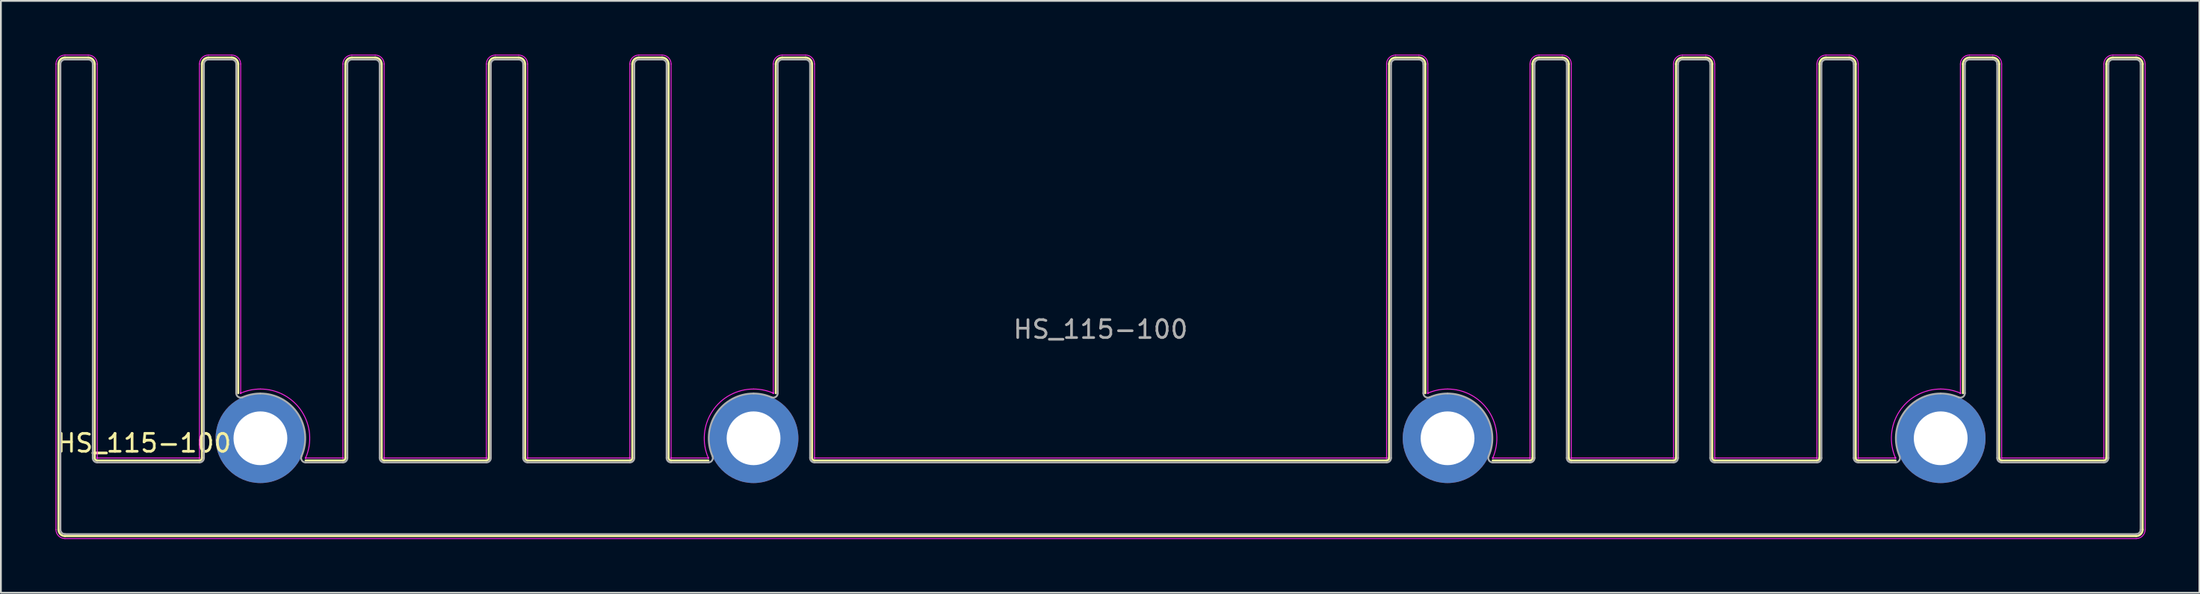
<source format=kicad_pcb>
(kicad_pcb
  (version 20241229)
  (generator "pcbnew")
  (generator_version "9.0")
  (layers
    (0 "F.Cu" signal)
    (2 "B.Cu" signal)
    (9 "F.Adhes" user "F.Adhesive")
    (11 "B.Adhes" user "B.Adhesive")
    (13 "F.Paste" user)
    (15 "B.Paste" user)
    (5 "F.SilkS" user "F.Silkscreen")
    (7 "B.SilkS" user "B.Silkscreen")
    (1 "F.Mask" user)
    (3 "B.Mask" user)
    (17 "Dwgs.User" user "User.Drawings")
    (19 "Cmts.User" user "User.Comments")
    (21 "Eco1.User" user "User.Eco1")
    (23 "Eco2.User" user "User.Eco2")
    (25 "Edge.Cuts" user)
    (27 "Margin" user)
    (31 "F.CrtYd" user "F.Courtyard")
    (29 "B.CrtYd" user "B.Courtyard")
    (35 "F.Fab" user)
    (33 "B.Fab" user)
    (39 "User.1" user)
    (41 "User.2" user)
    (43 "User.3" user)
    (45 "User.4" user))
  (footprint "HS_115-100"
    (layer "F.Cu")
    (at 58.322 26.775)
    (property "Reference" "HS_115-100" (at -53.34 -5.08 0) (layer "F.SilkS") (effects (font (size 1 1) (thickness 0.15))))
    (attr exclude_from_pos_files exclude_from_bom)
    (fp_line (start -58.11 -0.25) (end -58.11 -26.25) (stroke (width 0.12) (type solid)) (layer "F.SilkS"))
    (fp_line (start -57.75 -26.61) (end -56.45 -26.61) (stroke (width 0.12) (type solid)) (layer "F.SilkS"))
    (fp_line (start -56.09 -26.25) (end -56.09 -4.25) (stroke (width 0.12) (type solid)) (layer "F.SilkS"))
    (fp_line (start -55.95 -4.11) (end -50.25 -4.11) (stroke (width 0.12) (type solid)) (layer "F.SilkS"))
    (fp_line (start -50.11 -4.25) (end -50.11 -26.25) (stroke (width 0.12) (type solid)) (layer "F.SilkS"))
    (fp_line (start -49.75 -26.61) (end -48.45 -26.61) (stroke (width 0.12) (type solid)) (layer "F.SilkS"))
    (fp_line (start -48.09 -26.25) (end -48.09 -7.87) (stroke (width 0.12) (type solid)) (layer "F.SilkS"))
    (fp_line (start -44.33 -4.11) (end -42.25 -4.11) (stroke (width 0.12) (type solid)) (layer "F.SilkS"))
    (fp_line (start -42.11 -4.25) (end -42.11 -26.25) (stroke (width 0.12) (type solid)) (layer "F.SilkS"))
    (fp_line (start -41.75 -26.61) (end -40.45 -26.61) (stroke (width 0.12) (type solid)) (layer "F.SilkS"))
    (fp_line (start -40.09 -26.25) (end -40.09 -4.25) (stroke (width 0.12) (type solid)) (layer "F.SilkS"))
    (fp_line (start -39.95 -4.11) (end -34.25 -4.11) (stroke (width 0.12) (type solid)) (layer "F.SilkS"))
    (fp_line (start -34.11 -4.25) (end -34.11 -26.25) (stroke (width 0.12) (type solid)) (layer "F.SilkS"))
    (fp_line (start -33.75 -26.61) (end -32.45 -26.61) (stroke (width 0.12) (type solid)) (layer "F.SilkS"))
    (fp_line (start -32.09 -26.25) (end -32.09 -4.25) (stroke (width 0.12) (type solid)) (layer "F.SilkS"))
    (fp_line (start -31.95 -4.11) (end -26.25 -4.11) (stroke (width 0.12) (type solid)) (layer "F.SilkS"))
    (fp_line (start -26.11 -4.25) (end -26.11 -26.25) (stroke (width 0.12) (type solid)) (layer "F.SilkS"))
    (fp_line (start -25.75 -26.61) (end -24.45 -26.61) (stroke (width 0.12) (type solid)) (layer "F.SilkS"))
    (fp_line (start -24.09 -26.25) (end -24.09 -4.25) (stroke (width 0.12) (type solid)) (layer "F.SilkS"))
    (fp_line (start -23.95 -4.11) (end -21.87 -4.11) (stroke (width 0.12) (type solid)) (layer "F.SilkS"))
    (fp_line (start -18.11 -7.87) (end -18.11 -26.25) (stroke (width 0.12) (type solid)) (layer "F.SilkS"))
    (fp_line (start -17.75 -26.61) (end -16.45 -26.61) (stroke (width 0.12) (type solid)) (layer "F.SilkS"))
    (fp_line (start -16.09 -26.25) (end -16.09 -4.25) (stroke (width 0.12) (type solid)) (layer "F.SilkS"))
    (fp_line (start -15.95 -4.11) (end 15.95 -4.11) (stroke (width 0.12) (type solid)) (layer "F.SilkS"))
    (fp_line (start 16.09 -4.25) (end 16.09 -26.25) (stroke (width 0.12) (type solid)) (layer "F.SilkS"))
    (fp_line (start 16.45 -26.61) (end 17.75 -26.61) (stroke (width 0.12) (type solid)) (layer "F.SilkS"))
    (fp_line (start 18.11 -26.25) (end 18.11 -7.87) (stroke (width 0.12) (type solid)) (layer "F.SilkS"))
    (fp_line (start 21.87 -4.11) (end 23.95 -4.11) (stroke (width 0.12) (type solid)) (layer "F.SilkS"))
    (fp_line (start 24.09 -4.25) (end 24.09 -26.25) (stroke (width 0.12) (type solid)) (layer "F.SilkS"))
    (fp_line (start 24.45 -26.61) (end 25.75 -26.61) (stroke (width 0.12) (type solid)) (layer "F.SilkS"))
    (fp_line (start 26.11 -26.25) (end 26.11 -4.25) (stroke (width 0.12) (type solid)) (layer "F.SilkS"))
    (fp_line (start 26.25 -4.11) (end 31.95 -4.11) (stroke (width 0.12) (type solid)) (layer "F.SilkS"))
    (fp_line (start 32.09 -4.25) (end 32.09 -26.25) (stroke (width 0.12) (type solid)) (layer "F.SilkS"))
    (fp_line (start 32.45 -26.61) (end 33.75 -26.61) (stroke (width 0.12) (type solid)) (layer "F.SilkS"))
    (fp_line (start 34.11 -26.25) (end 34.11 -4.25) (stroke (width 0.12) (type solid)) (layer "F.SilkS"))
    (fp_line (start 34.25 -4.11) (end 39.95 -4.11) (stroke (width 0.12) (type solid)) (layer "F.SilkS"))
    (fp_line (start 40.09 -4.25) (end 40.09 -26.25) (stroke (width 0.12) (type solid)) (layer "F.SilkS"))
    (fp_line (start 40.45 -26.61) (end 41.75 -26.61) (stroke (width 0.12) (type solid)) (layer "F.SilkS"))
    (fp_line (start 42.11 -26.25) (end 42.11 -4.25) (stroke (width 0.12) (type solid)) (layer "F.SilkS"))
    (fp_line (start 42.25 -4.11) (end 44.33 -4.11) (stroke (width 0.12) (type solid)) (layer "F.SilkS"))
    (fp_line (start 48.09 -7.87) (end 48.09 -26.25) (stroke (width 0.12) (type solid)) (layer "F.SilkS"))
    (fp_line (start 48.45 -26.61) (end 49.75 -26.61) (stroke (width 0.12) (type solid)) (layer "F.SilkS"))
    (fp_line (start 50.11 -26.25) (end 50.11 -4.25) (stroke (width 0.12) (type solid)) (layer "F.SilkS"))
    (fp_line (start 50.25 -4.11) (end 55.95 -4.11) (stroke (width 0.12) (type solid)) (layer "F.SilkS"))
    (fp_line (start 56.09 -4.25) (end 56.09 -26.25) (stroke (width 0.12) (type solid)) (layer "F.SilkS"))
    (fp_line (start 56.45 -26.61) (end 57.75 -26.61) (stroke (width 0.12) (type solid)) (layer "F.SilkS"))
    (fp_line (start 57.75 0.11) (end -57.75 0.11) (stroke (width 0.12) (type solid)) (layer "F.SilkS"))
    (fp_line (start 58.11 -26.25) (end 58.11 -0.25) (stroke (width 0.12) (type solid)) (layer "F.SilkS"))
    (fp_arc (start -58.11 -26.25) (mid -58.004558 -26.504558) (end -57.75 -26.61) (stroke (width 0.12) (type solid)) (layer "F.SilkS"))
    (fp_arc (start -57.75 0.11) (mid -58.004558 0.004558) (end -58.11 -0.25) (stroke (width 0.12) (type solid)) (layer "F.SilkS"))
    (fp_arc (start -56.45 -26.61) (mid -56.195442 -26.504558) (end -56.09 -26.25) (stroke (width 0.12) (type solid)) (layer "F.SilkS"))
    (fp_arc (start -55.95 -4.11) (mid -56.048995 -4.151005) (end -56.09 -4.25) (stroke (width 0.12) (type solid)) (layer "F.SilkS"))
    (fp_arc (start -50.11 -26.25) (mid -50.004558 -26.504558) (end -49.75 -26.61) (stroke (width 0.12) (type solid)) (layer "F.SilkS"))
    (fp_arc (start -50.109999 -4.25) (mid -50.151004 -4.151004) (end -50.25 -4.109999) (stroke (width 0.12) (type solid)) (layer "F.SilkS"))
    (fp_arc (start -48.45 -26.61) (mid -48.195442 -26.504558) (end -48.09 -26.25) (stroke (width 0.12) (type solid)) (layer "F.SilkS"))
    (fp_arc (start -42.11 -26.25) (mid -42.004558 -26.504558) (end -41.75 -26.61) (stroke (width 0.12) (type solid)) (layer "F.SilkS"))
    (fp_arc (start -42.109999 -4.25) (mid -42.151004 -4.151004) (end -42.25 -4.109999) (stroke (width 0.12) (type solid)) (layer "F.SilkS"))
    (fp_arc (start -40.45 -26.61) (mid -40.195442 -26.504558) (end -40.09 -26.25) (stroke (width 0.12) (type solid)) (layer "F.SilkS"))
    (fp_arc (start -39.95 -4.11) (mid -40.048995 -4.151005) (end -40.09 -4.25) (stroke (width 0.12) (type solid)) (layer "F.SilkS"))
    (fp_arc (start -34.11 -26.25) (mid -34.004558 -26.504558) (end -33.75 -26.61) (stroke (width 0.12) (type solid)) (layer "F.SilkS"))
    (fp_arc (start -34.109999 -4.25) (mid -34.151004 -4.151004) (end -34.25 -4.109999) (stroke (width 0.12) (type solid)) (layer "F.SilkS"))
    (fp_arc (start -32.45 -26.61) (mid -32.195442 -26.504558) (end -32.09 -26.25) (stroke (width 0.12) (type solid)) (layer "F.SilkS"))
    (fp_arc (start -31.95 -4.11) (mid -32.048995 -4.151005) (end -32.09 -4.25) (stroke (width 0.12) (type solid)) (layer "F.SilkS"))
    (fp_arc (start -26.11 -26.25) (mid -26.004558 -26.504558) (end -25.75 -26.61) (stroke (width 0.12) (type solid)) (layer "F.SilkS"))
    (fp_arc (start -26.109999 -4.25) (mid -26.151004 -4.151004) (end -26.25 -4.109999) (stroke (width 0.12) (type solid)) (layer "F.SilkS"))
    (fp_arc (start -24.45 -26.610001) (mid -24.195441 -26.504559) (end -24.089999 -26.25) (stroke (width 0.12) (type solid)) (layer "F.SilkS"))
    (fp_arc (start -23.95 -4.110001) (mid -24.048994 -4.151006) (end -24.089999 -4.25) (stroke (width 0.12) (type solid)) (layer "F.SilkS"))
    (fp_arc (start -18.11 -26.25) (mid -18.004558 -26.504558) (end -17.75 -26.61) (stroke (width 0.12) (type solid)) (layer "F.SilkS"))
    (fp_arc (start -16.45 -26.610001) (mid -16.195441 -26.504559) (end -16.089999 -26.25) (stroke (width 0.12) (type solid)) (layer "F.SilkS"))
    (fp_arc (start -15.95 -4.11) (mid -16.048995 -4.151005) (end -16.09 -4.25) (stroke (width 0.12) (type solid)) (layer "F.SilkS"))
    (fp_arc (start 16.09 -26.249999) (mid 16.195441 -26.504558) (end 16.449999 -26.61) (stroke (width 0.12) (type solid)) (layer "F.SilkS"))
    (fp_arc (start 16.09 -4.249999) (mid 16.048994 -4.151004) (end 15.949999 -4.11) (stroke (width 0.12) (type solid)) (layer "F.SilkS"))
    (fp_arc (start 17.75 -26.61) (mid 18.004558 -26.504558) (end 18.11 -26.25) (stroke (width 0.12) (type solid)) (layer "F.SilkS"))
    (fp_arc (start 24.09 -26.25) (mid 24.195442 -26.504558) (end 24.45 -26.61) (stroke (width 0.12) (type solid)) (layer "F.SilkS"))
    (fp_arc (start 24.090001 -4.25) (mid 24.048996 -4.151004) (end 23.95 -4.109999) (stroke (width 0.12) (type solid)) (layer "F.SilkS"))
    (fp_arc (start 25.75 -26.61) (mid 26.004558 -26.504558) (end 26.11 -26.25) (stroke (width 0.12) (type solid)) (layer "F.SilkS"))
    (fp_arc (start 26.25 -4.11) (mid 26.151005 -4.151005) (end 26.11 -4.25) (stroke (width 0.12) (type solid)) (layer "F.SilkS"))
    (fp_arc (start 32.09 -26.25) (mid 32.195442 -26.504558) (end 32.45 -26.61) (stroke (width 0.12) (type solid)) (layer "F.SilkS"))
    (fp_arc (start 32.090001 -4.25) (mid 32.048996 -4.151004) (end 31.95 -4.109999) (stroke (width 0.12) (type solid)) (layer "F.SilkS"))
    (fp_arc (start 33.75 -26.61) (mid 34.004558 -26.504558) (end 34.11 -26.25) (stroke (width 0.12) (type solid)) (layer "F.SilkS"))
    (fp_arc (start 34.25 -4.109999) (mid 34.151004 -4.151004) (end 34.109999 -4.25) (stroke (width 0.12) (type solid)) (layer "F.SilkS"))
    (fp_arc (start 40.09 -26.25) (mid 40.195442 -26.504558) (end 40.45 -26.61) (stroke (width 0.12) (type solid)) (layer "F.SilkS"))
    (fp_arc (start 40.090001 -4.25) (mid 40.048996 -4.151004) (end 39.95 -4.109999) (stroke (width 0.12) (type solid)) (layer "F.SilkS"))
    (fp_arc (start 41.75 -26.61) (mid 42.004558 -26.504558) (end 42.11 -26.25) (stroke (width 0.12) (type solid)) (layer "F.SilkS"))
    (fp_arc (start 42.25 -4.109999) (mid 42.151004 -4.151004) (end 42.109999 -4.25) (stroke (width 0.12) (type solid)) (layer "F.SilkS"))
    (fp_arc (start 48.09 -26.249999) (mid 48.195441 -26.504558) (end 48.449999 -26.61) (stroke (width 0.12) (type solid)) (layer "F.SilkS"))
    (fp_arc (start 49.75 -26.61) (mid 50.004558 -26.504558) (end 50.11 -26.25) (stroke (width 0.12) (type solid)) (layer "F.SilkS"))
    (fp_arc (start 50.25 -4.109999) (mid 50.151004 -4.151004) (end 50.109999 -4.25) (stroke (width 0.12) (type solid)) (layer "F.SilkS"))
    (fp_arc (start 56.09 -26.249999) (mid 56.195441 -26.504558) (end 56.449999 -26.61) (stroke (width 0.12) (type solid)) (layer "F.SilkS"))
    (fp_arc (start 56.09 -4.249999) (mid 56.048994 -4.151004) (end 55.949999 -4.11) (stroke (width 0.12) (type solid)) (layer "F.SilkS"))
    (fp_arc (start 57.75 -26.61) (mid 58.004558 -26.504558) (end 58.11 -26.25) (stroke (width 0.12) (type solid)) (layer "F.SilkS"))
    (fp_arc (start 58.11 -0.25) (mid 58.004558 0.004558) (end 57.75 0.11) (stroke (width 0.12) (type solid)) (layer "F.SilkS"))
    (fp_line (start -58.25 -0.25) (end -58.25 -26.25) (stroke (width 0.05) (type solid)) (layer "F.CrtYd"))
    (fp_line (start -57.75 -26.75) (end -56.45 -26.75) (stroke (width 0.05) (type solid)) (layer "F.CrtYd"))
    (fp_line (start -55.95 -26.25) (end -55.95 -4.25) (stroke (width 0.05) (type solid)) (layer "F.CrtYd"))
    (fp_line (start -55.95 -4.25) (end -50.25 -4.25) (stroke (width 0.05) (type solid)) (layer "F.CrtYd"))
    (fp_line (start -50.25 -4.25) (end -50.25 -26.25) (stroke (width 0.05) (type solid)) (layer "F.CrtYd"))
    (fp_line (start -49.75 -26.75) (end -48.45 -26.75) (stroke (width 0.05) (type solid)) (layer "F.CrtYd"))
    (fp_line (start -47.95 -26.25) (end -47.95 -7.87) (stroke (width 0.05) (type solid)) (layer "F.CrtYd"))
    (fp_line (start -44.33 -4.25) (end -42.25 -4.25) (stroke (width 0.05) (type solid)) (layer "F.CrtYd"))
    (fp_line (start -42.25 -4.25) (end -42.25 -26.25) (stroke (width 0.05) (type solid)) (layer "F.CrtYd"))
    (fp_line (start -41.75 -26.75) (end -40.45 -26.75) (stroke (width 0.05) (type solid)) (layer "F.CrtYd"))
    (fp_line (start -39.95 -26.25) (end -39.95 -4.25) (stroke (width 0.05) (type solid)) (layer "F.CrtYd"))
    (fp_line (start -39.95 -4.25) (end -34.25 -4.25) (stroke (width 0.05) (type solid)) (layer "F.CrtYd"))
    (fp_line (start -34.25 -4.25) (end -34.25 -26.25) (stroke (width 0.05) (type solid)) (layer "F.CrtYd"))
    (fp_line (start -33.75 -26.75) (end -32.45 -26.75) (stroke (width 0.05) (type solid)) (layer "F.CrtYd"))
    (fp_line (start -31.95 -26.25) (end -31.95 -4.25) (stroke (width 0.05) (type solid)) (layer "F.CrtYd"))
    (fp_line (start -31.95 -4.25) (end -26.25 -4.25) (stroke (width 0.05) (type solid)) (layer "F.CrtYd"))
    (fp_line (start -26.25 -4.25) (end -26.25 -26.25) (stroke (width 0.05) (type solid)) (layer "F.CrtYd"))
    (fp_line (start -25.75 -26.75) (end -24.45 -26.75) (stroke (width 0.05) (type solid)) (layer "F.CrtYd"))
    (fp_line (start -23.95 -26.25) (end -23.95 -4.25) (stroke (width 0.05) (type solid)) (layer "F.CrtYd"))
    (fp_line (start -23.95 -4.25) (end -21.87 -4.25) (stroke (width 0.05) (type solid)) (layer "F.CrtYd"))
    (fp_line (start -18.25 -7.87) (end -18.25 -26.25) (stroke (width 0.05) (type solid)) (layer "F.CrtYd"))
    (fp_line (start -17.75 -26.75) (end -16.45 -26.75) (stroke (width 0.05) (type solid)) (layer "F.CrtYd"))
    (fp_line (start -15.95 -26.25) (end -15.95 -4.25) (stroke (width 0.05) (type solid)) (layer "F.CrtYd"))
    (fp_line (start -15.95 -4.25) (end 15.95 -4.25) (stroke (width 0.05) (type solid)) (layer "F.CrtYd"))
    (fp_line (start 15.95 -4.25) (end 15.95 -26.25) (stroke (width 0.05) (type solid)) (layer "F.CrtYd"))
    (fp_line (start 16.45 -26.75) (end 17.75 -26.75) (stroke (width 0.05) (type solid)) (layer "F.CrtYd"))
    (fp_line (start 18.25 -26.25) (end 18.25 -7.87) (stroke (width 0.05) (type solid)) (layer "F.CrtYd"))
    (fp_line (start 21.87 -4.25) (end 23.95 -4.25) (stroke (width 0.05) (type solid)) (layer "F.CrtYd"))
    (fp_line (start 23.95 -4.25) (end 23.95 -26.25) (stroke (width 0.05) (type solid)) (layer "F.CrtYd"))
    (fp_line (start 24.45 -26.75) (end 25.75 -26.75) (stroke (width 0.05) (type solid)) (layer "F.CrtYd"))
    (fp_line (start 26.25 -26.25) (end 26.25 -4.25) (stroke (width 0.05) (type solid)) (layer "F.CrtYd"))
    (fp_line (start 26.25 -4.25) (end 31.95 -4.25) (stroke (width 0.05) (type solid)) (layer "F.CrtYd"))
    (fp_line (start 31.95 -4.25) (end 31.95 -26.25) (stroke (width 0.05) (type solid)) (layer "F.CrtYd"))
    (fp_line (start 32.45 -26.75) (end 33.75 -26.75) (stroke (width 0.05) (type solid)) (layer "F.CrtYd"))
    (fp_line (start 34.25 -26.25) (end 34.25 -4.25) (stroke (width 0.05) (type solid)) (layer "F.CrtYd"))
    (fp_line (start 34.25 -4.25) (end 39.95 -4.25) (stroke (width 0.05) (type solid)) (layer "F.CrtYd"))
    (fp_line (start 39.95 -4.25) (end 39.95 -26.25) (stroke (width 0.05) (type solid)) (layer "F.CrtYd"))
    (fp_line (start 40.45 -26.75) (end 41.75 -26.75) (stroke (width 0.05) (type solid)) (layer "F.CrtYd"))
    (fp_line (start 42.25 -26.25) (end 42.25 -4.25) (stroke (width 0.05) (type solid)) (layer "F.CrtYd"))
    (fp_line (start 42.25 -4.25) (end 44.33 -4.25) (stroke (width 0.05) (type solid)) (layer "F.CrtYd"))
    (fp_line (start 47.95 -7.87) (end 47.95 -26.25) (stroke (width 0.05) (type solid)) (layer "F.CrtYd"))
    (fp_line (start 48.45 -26.75) (end 49.75 -26.75) (stroke (width 0.05) (type solid)) (layer "F.CrtYd"))
    (fp_line (start 50.25 -26.25) (end 50.25 -4.25) (stroke (width 0.05) (type solid)) (layer "F.CrtYd"))
    (fp_line (start 50.25 -4.25) (end 55.95 -4.25) (stroke (width 0.05) (type solid)) (layer "F.CrtYd"))
    (fp_line (start 55.95 -4.25) (end 55.95 -26.25) (stroke (width 0.05) (type solid)) (layer "F.CrtYd"))
    (fp_line (start 56.45 -26.75) (end 57.75 -26.75) (stroke (width 0.05) (type solid)) (layer "F.CrtYd"))
    (fp_line (start 57.75 0.25) (end -57.75 0.25) (stroke (width 0.05) (type solid)) (layer "F.CrtYd"))
    (fp_line (start 58.25 -26.25) (end 58.25 -0.25) (stroke (width 0.05) (type solid)) (layer "F.CrtYd"))
    (fp_arc (start -58.25 -26.25) (mid -58.103553 -26.603553) (end -57.75 -26.75) (stroke (width 0.05) (type solid)) (layer "F.CrtYd"))
    (fp_arc (start -57.75 0.25) (mid -58.103553 0.103553) (end -58.25 -0.25) (stroke (width 0.05) (type solid)) (layer "F.CrtYd"))
    (fp_arc (start -56.45 -26.75) (mid -56.096447 -26.603553) (end -55.95 -26.25) (stroke (width 0.05) (type solid)) (layer "F.CrtYd"))
    (fp_arc (start -50.25 -26.25) (mid -50.103553 -26.603553) (end -49.75 -26.75) (stroke (width 0.05) (type solid)) (layer "F.CrtYd"))
    (fp_arc (start -48.45 -26.75) (mid -48.096447 -26.603553) (end -47.95 -26.25) (stroke (width 0.05) (type solid)) (layer "F.CrtYd"))
    (fp_arc (start -47.949999 -7.870416) (mid -47.411851 -8.041992) (end -46.849999 -8.099999) (stroke (width 0.05) (type solid)) (layer "F.CrtYd"))
    (fp_arc (start -46.849999 -8.1) (mid -44.549184 -6.856237) (end -44.329583 -4.249999) (stroke (width 0.05) (type solid)) (layer "F.CrtYd"))
    (fp_arc (start -42.25 -26.25) (mid -42.103553 -26.603553) (end -41.75 -26.75) (stroke (width 0.05) (type solid)) (layer "F.CrtYd"))
    (fp_arc (start -40.45 -26.750001) (mid -40.096446 -26.603554) (end -39.949999 -26.25) (stroke (width 0.05) (type solid)) (layer "F.CrtYd"))
    (fp_arc (start -34.25 -26.25) (mid -34.103553 -26.603553) (end -33.75 -26.75) (stroke (width 0.05) (type solid)) (layer "F.CrtYd"))
    (fp_arc (start -32.45 -26.75) (mid -32.096447 -26.603553) (end -31.95 -26.25) (stroke (width 0.05) (type solid)) (layer "F.CrtYd"))
    (fp_arc (start -26.25 -26.25) (mid -26.103553 -26.603553) (end -25.75 -26.75) (stroke (width 0.05) (type solid)) (layer "F.CrtYd"))
    (fp_arc (start -24.45 -26.75) (mid -24.096447 -26.603553) (end -23.95 -26.25) (stroke (width 0.05) (type solid)) (layer "F.CrtYd"))
    (fp_arc (start -21.870418 -4.25) (mid -21.650815 -6.856238) (end -19.349999 -8.1) (stroke (width 0.05) (type solid)) (layer "F.CrtYd"))
    (fp_arc (start -19.349999 -8.1) (mid -18.788147 -8.041992) (end -18.249999 -7.870416) (stroke (width 0.05) (type solid)) (layer "F.CrtYd"))
    (fp_arc (start -18.25 -26.25) (mid -18.103553 -26.603553) (end -17.75 -26.75) (stroke (width 0.05) (type solid)) (layer "F.CrtYd"))
    (fp_arc (start -16.45 -26.750001) (mid -16.096446 -26.603554) (end -15.949999 -26.25) (stroke (width 0.05) (type solid)) (layer "F.CrtYd"))
    (fp_arc (start 15.95 -26.249999) (mid 16.096446 -26.603553) (end 16.449999 -26.75) (stroke (width 0.05) (type solid)) (layer "F.CrtYd"))
    (fp_arc (start 17.75 -26.75) (mid 18.103553 -26.603553) (end 18.25 -26.25) (stroke (width 0.05) (type solid)) (layer "F.CrtYd"))
    (fp_arc (start 18.25 -7.870416) (mid 18.788148 -8.041992) (end 19.35 -8.099999) (stroke (width 0.05) (type solid)) (layer "F.CrtYd"))
    (fp_arc (start 19.35 -8.100001) (mid 21.650815 -6.856237) (end 21.870416 -4.249999) (stroke (width 0.05) (type solid)) (layer "F.CrtYd"))
    (fp_arc (start 23.95 -26.25) (mid 24.096447 -26.603553) (end 24.45 -26.75) (stroke (width 0.05) (type solid)) (layer "F.CrtYd"))
    (fp_arc (start 25.75 -26.75) (mid 26.103553 -26.603553) (end 26.25 -26.25) (stroke (width 0.05) (type solid)) (layer "F.CrtYd"))
    (fp_arc (start 31.95 -26.25) (mid 32.096447 -26.603553) (end 32.45 -26.75) (stroke (width 0.05) (type solid)) (layer "F.CrtYd"))
    (fp_arc (start 33.75 -26.75) (mid 34.103553 -26.603553) (end 34.25 -26.25) (stroke (width 0.05) (type solid)) (layer "F.CrtYd"))
    (fp_arc (start 39.95 -26.25) (mid 40.096447 -26.603553) (end 40.45 -26.75) (stroke (width 0.05) (type solid)) (layer "F.CrtYd"))
    (fp_arc (start 41.75 -26.75) (mid 42.103553 -26.603553) (end 42.25 -26.25) (stroke (width 0.05) (type solid)) (layer "F.CrtYd"))
    (fp_arc (start 44.329582 -4.25) (mid 44.549184 -6.856237) (end 46.849999 -8.1) (stroke (width 0.05) (type solid)) (layer "F.CrtYd"))
    (fp_arc (start 46.85 -8.099999) (mid 47.411851 -8.041991) (end 47.95 -7.870416) (stroke (width 0.05) (type solid)) (layer "F.CrtYd"))
    (fp_arc (start 47.95 -26.249999) (mid 48.096446 -26.603553) (end 48.449999 -26.75) (stroke (width 0.05) (type solid)) (layer "F.CrtYd"))
    (fp_arc (start 49.75 -26.75) (mid 50.103553 -26.603553) (end 50.25 -26.25) (stroke (width 0.05) (type solid)) (layer "F.CrtYd"))
    (fp_arc (start 55.95 -26.249999) (mid 56.096446 -26.603553) (end 56.449999 -26.75) (stroke (width 0.05) (type solid)) (layer "F.CrtYd"))
    (fp_arc (start 57.75 -26.75) (mid 58.103553 -26.603553) (end 58.25 -26.25) (stroke (width 0.05) (type solid)) (layer "F.CrtYd"))
    (fp_arc (start 58.25 -0.25) (mid 58.103553 0.103553) (end 57.75 0.25) (stroke (width 0.05) (type solid)) (layer "F.CrtYd"))
    (fp_circle (center -55.95 -4.25) (end -55.95 -4.25) (stroke (width 0.05) (type solid)) (fill no) (layer "F.CrtYd"))
    (fp_circle (center -50.25 -4.25) (end -50.25 -4.25) (stroke (width 0.05) (type solid)) (fill no) (layer "F.CrtYd"))
    (fp_circle (center -47.95 -7.87) (end -47.95 -7.87) (stroke (width 0.05) (type solid)) (fill no) (layer "F.CrtYd"))
    (fp_circle (center -44.33 -4.25) (end -44.33 -4.25) (stroke (width 0.05) (type solid)) (fill no) (layer "F.CrtYd"))
    (fp_circle (center -42.25 -4.25) (end -42.25 -4.25) (stroke (width 0.05) (type solid)) (fill no) (layer "F.CrtYd"))
    (fp_circle (center -39.95 -4.25) (end -39.95 -4.25) (stroke (width 0.05) (type solid)) (fill no) (layer "F.CrtYd"))
    (fp_circle (center -34.25 -4.25) (end -34.25 -4.25) (stroke (width 0.05) (type solid)) (fill no) (layer "F.CrtYd"))
    (fp_circle (center -31.95 -4.25) (end -31.95 -4.25) (stroke (width 0.05) (type solid)) (fill no) (layer "F.CrtYd"))
    (fp_circle (center -26.25 -4.25) (end -26.25 -4.25) (stroke (width 0.05) (type solid)) (fill no) (layer "F.CrtYd"))
    (fp_circle (center -23.95 -4.25) (end -23.95 -4.25) (stroke (width 0.05) (type solid)) (fill no) (layer "F.CrtYd"))
    (fp_circle (center -21.87 -4.25) (end -21.87 -4.25) (stroke (width 0.05) (type solid)) (fill no) (layer "F.CrtYd"))
    (fp_circle (center -18.25 -7.87) (end -18.25 -7.87) (stroke (width 0.05) (type solid)) (fill no) (layer "F.CrtYd"))
    (fp_circle (center -15.95 -4.25) (end -15.95 -4.25) (stroke (width 0.05) (type solid)) (fill no) (layer "F.CrtYd"))
    (fp_circle (center 15.95 -4.25) (end 15.95 -4.25) (stroke (width 0.05) (type solid)) (fill no) (layer "F.CrtYd"))
    (fp_circle (center 18.25 -7.87) (end 18.25 -7.87) (stroke (width 0.05) (type solid)) (fill no) (layer "F.CrtYd"))
    (fp_circle (center 21.87 -4.25) (end 21.87 -4.25) (stroke (width 0.05) (type solid)) (fill no) (layer "F.CrtYd"))
    (fp_circle (center 23.95 -4.25) (end 23.95 -4.25) (stroke (width 0.05) (type solid)) (fill no) (layer "F.CrtYd"))
    (fp_circle (center 26.25 -4.25) (end 26.25 -4.25) (stroke (width 0.05) (type solid)) (fill no) (layer "F.CrtYd"))
    (fp_circle (center 31.95 -4.25) (end 31.95 -4.25) (stroke (width 0.05) (type solid)) (fill no) (layer "F.CrtYd"))
    (fp_circle (center 34.25 -4.25) (end 34.25 -4.25) (stroke (width 0.05) (type solid)) (fill no) (layer "F.CrtYd"))
    (fp_circle (center 39.95 -4.25) (end 39.95 -4.25) (stroke (width 0.05) (type solid)) (fill no) (layer "F.CrtYd"))
    (fp_circle (center 42.25 -4.25) (end 42.25 -4.25) (stroke (width 0.05) (type solid)) (fill no) (layer "F.CrtYd"))
    (fp_circle (center 44.33 -4.25) (end 44.33 -4.25) (stroke (width 0.05) (type solid)) (fill no) (layer "F.CrtYd"))
    (fp_circle (center 47.95 -7.87) (end 47.95 -7.87) (stroke (width 0.05) (type solid)) (fill no) (layer "F.CrtYd"))
    (fp_circle (center 50.25 -4.25) (end 50.25 -4.25) (stroke (width 0.05) (type solid)) (fill no) (layer "F.CrtYd"))
    (fp_circle (center 55.95 -4.25) (end 55.95 -4.25) (stroke (width 0.05) (type solid)) (fill no) (layer "F.CrtYd"))
    (fp_line (start -58 -0.25) (end -58 -26.25) (stroke (width 0.1) (type solid)) (layer "F.Fab"))
    (fp_line (start -57.75 -26.5) (end -56.45 -26.5) (stroke (width 0.1) (type solid)) (layer "F.Fab"))
    (fp_line (start -56.2 -26.25) (end -56.2 -4.25) (stroke (width 0.1) (type solid)) (layer "F.Fab"))
    (fp_line (start -55.95 -4) (end -50.25 -4) (stroke (width 0.1) (type solid)) (layer "F.Fab"))
    (fp_line (start -50 -4.25) (end -50 -26.25) (stroke (width 0.1) (type solid)) (layer "F.Fab"))
    (fp_line (start -49.75 -26.5) (end -48.45 -26.5) (stroke (width 0.1) (type solid)) (layer "F.Fab"))
    (fp_line (start -48.2 -26.25) (end -48.2 -7.87) (stroke (width 0.1) (type solid)) (layer "F.Fab"))
    (fp_line (start -44.33 -4) (end -42.25 -4) (stroke (width 0.1) (type solid)) (layer "F.Fab"))
    (fp_line (start -42 -4.25) (end -42 -26.25) (stroke (width 0.1) (type solid)) (layer "F.Fab"))
    (fp_line (start -41.75 -26.5) (end -40.45 -26.5) (stroke (width 0.1) (type solid)) (layer "F.Fab"))
    (fp_line (start -40.2 -26.25) (end -40.2 -4.25) (stroke (width 0.1) (type solid)) (layer "F.Fab"))
    (fp_line (start -39.95 -4) (end -34.25 -4) (stroke (width 0.1) (type solid)) (layer "F.Fab"))
    (fp_line (start -34 -4.25) (end -34 -26.25) (stroke (width 0.1) (type solid)) (layer "F.Fab"))
    (fp_line (start -33.75 -26.5) (end -32.45 -26.5) (stroke (width 0.1) (type solid)) (layer "F.Fab"))
    (fp_line (start -32.2 -26.25) (end -32.2 -4.25) (stroke (width 0.1) (type solid)) (layer "F.Fab"))
    (fp_line (start -31.95 -4) (end -26.25 -4) (stroke (width 0.1) (type solid)) (layer "F.Fab"))
    (fp_line (start -26 -4.25) (end -26 -26.25) (stroke (width 0.1) (type solid)) (layer "F.Fab"))
    (fp_line (start -25.75 -26.5) (end -24.45 -26.5) (stroke (width 0.1) (type solid)) (layer "F.Fab"))
    (fp_line (start -24.2 -26.25) (end -24.2 -4.25) (stroke (width 0.1) (type solid)) (layer "F.Fab"))
    (fp_line (start -23.95 -4) (end -21.87 -4) (stroke (width 0.1) (type solid)) (layer "F.Fab"))
    (fp_line (start -18 -7.87) (end -18 -26.25) (stroke (width 0.1) (type solid)) (layer "F.Fab"))
    (fp_line (start -17.75 -26.5) (end -16.45 -26.5) (stroke (width 0.1) (type solid)) (layer "F.Fab"))
    (fp_line (start -16.2 -26.25) (end -16.2 -4.25) (stroke (width 0.1) (type solid)) (layer "F.Fab"))
    (fp_line (start -15.95 -4) (end 15.95 -4) (stroke (width 0.1) (type solid)) (layer "F.Fab"))
    (fp_line (start 16.2 -4.25) (end 16.2 -26.25) (stroke (width 0.1) (type solid)) (layer "F.Fab"))
    (fp_line (start 16.45 -26.5) (end 17.75 -26.5) (stroke (width 0.1) (type solid)) (layer "F.Fab"))
    (fp_line (start 18 -26.25) (end 18 -7.87) (stroke (width 0.1) (type solid)) (layer "F.Fab"))
    (fp_line (start 21.87 -4) (end 23.95 -4) (stroke (width 0.1) (type solid)) (layer "F.Fab"))
    (fp_line (start 24.2 -4.25) (end 24.2 -26.25) (stroke (width 0.1) (type solid)) (layer "F.Fab"))
    (fp_line (start 24.45 -26.5) (end 25.75 -26.5) (stroke (width 0.1) (type solid)) (layer "F.Fab"))
    (fp_line (start 26 -26.25) (end 26 -4.25) (stroke (width 0.1) (type solid)) (layer "F.Fab"))
    (fp_line (start 26.25 -4) (end 31.95 -4) (stroke (width 0.1) (type solid)) (layer "F.Fab"))
    (fp_line (start 32.2 -4.25) (end 32.2 -26.25) (stroke (width 0.1) (type solid)) (layer "F.Fab"))
    (fp_line (start 32.45 -26.5) (end 33.75 -26.5) (stroke (width 0.1) (type solid)) (layer "F.Fab"))
    (fp_line (start 34 -26.25) (end 34 -4.25) (stroke (width 0.1) (type solid)) (layer "F.Fab"))
    (fp_line (start 34.25 -4) (end 39.95 -4) (stroke (width 0.1) (type solid)) (layer "F.Fab"))
    (fp_line (start 40.2 -4.25) (end 40.2 -26.25) (stroke (width 0.1) (type solid)) (layer "F.Fab"))
    (fp_line (start 40.45 -26.5) (end 41.75 -26.5) (stroke (width 0.1) (type solid)) (layer "F.Fab"))
    (fp_line (start 42 -26.25) (end 42 -4.25) (stroke (width 0.1) (type solid)) (layer "F.Fab"))
    (fp_line (start 42.25 -4) (end 44.33 -4) (stroke (width 0.1) (type solid)) (layer "F.Fab"))
    (fp_line (start 48.2 -7.87) (end 48.2 -26.25) (stroke (width 0.1) (type solid)) (layer "F.Fab"))
    (fp_line (start 48.45 -26.5) (end 49.75 -26.5) (stroke (width 0.1) (type solid)) (layer "F.Fab"))
    (fp_line (start 50 -26.25) (end 50 -4.25) (stroke (width 0.1) (type solid)) (layer "F.Fab"))
    (fp_line (start 50.25 -4) (end 55.95 -4) (stroke (width 0.1) (type solid)) (layer "F.Fab"))
    (fp_line (start 56.2 -4.25) (end 56.2 -26.25) (stroke (width 0.1) (type solid)) (layer "F.Fab"))
    (fp_line (start 56.45 -26.5) (end 57.75 -26.5) (stroke (width 0.1) (type solid)) (layer "F.Fab"))
    (fp_line (start 57.75 0) (end -57.75 0) (stroke (width 0.1) (type solid)) (layer "F.Fab"))
    (fp_line (start 58 -26.25) (end 58 -0.25) (stroke (width 0.1) (type solid)) (layer "F.Fab"))
    (fp_arc (start -58 -26.25) (mid -57.926777 -26.426777) (end -57.75 -26.5) (stroke (width 0.1) (type solid)) (layer "F.Fab"))
    (fp_arc (start -57.75 -0.000001) (mid -57.926776 -0.073224) (end -57.999999 -0.25) (stroke (width 0.1) (type solid)) (layer "F.Fab"))
    (fp_arc (start -56.45 -26.5) (mid -56.273223 -26.426777) (end -56.2 -26.25) (stroke (width 0.1) (type solid)) (layer "F.Fab"))
    (fp_arc (start -55.95 -4) (mid -56.126777 -4.073223) (end -56.2 -4.25) (stroke (width 0.1) (type solid)) (layer "F.Fab"))
    (fp_arc (start -50 -26.25) (mid -49.926777 -26.426777) (end -49.75 -26.5) (stroke (width 0.1) (type solid)) (layer "F.Fab"))
    (fp_arc (start -49.999999 -4.25) (mid -50.073223 -4.073223) (end -50.25 -3.999999) (stroke (width 0.1) (type solid)) (layer "F.Fab"))
    (fp_arc (start -48.45 -26.5) (mid -48.273223 -26.426777) (end -48.2 -26.25) (stroke (width 0.1) (type solid)) (layer "F.Fab"))
    (fp_arc (start -47.85 -7.641287) (mid -48.086931 -7.661251) (end -48.2 -7.870416) (stroke (width 0.1) (type solid)) (layer "F.Fab"))
    (fp_arc (start -47.85 -7.641287) (mid -47.360774 -7.797265) (end -46.85 -7.849999) (stroke (width 0.1) (type solid)) (layer "F.Fab"))
    (fp_arc (start -46.85 -7.85) (mid -44.75835 -6.719306) (end -44.558712 -4.35) (stroke (width 0.1) (type solid)) (layer "F.Fab"))
    (fp_arc (start -44.329582 -4) (mid -44.538747 -4.113069) (end -44.558712 -4.349999) (stroke (width 0.1) (type solid)) (layer "F.Fab"))
    (fp_arc (start -42 -26.25) (mid -41.926777 -26.426777) (end -41.75 -26.5) (stroke (width 0.1) (type solid)) (layer "F.Fab"))
    (fp_arc (start -41.999999 -4.25) (mid -42.073223 -4.073223) (end -42.25 -3.999999) (stroke (width 0.1) (type solid)) (layer "F.Fab"))
    (fp_arc (start -40.45 -26.5) (mid -40.273223 -26.426777) (end -40.2 -26.25) (stroke (width 0.1) (type solid)) (layer "F.Fab"))
    (fp_arc (start -39.95 -4) (mid -40.126777 -4.073223) (end -40.2 -4.25) (stroke (width 0.1) (type solid)) (layer "F.Fab"))
    (fp_arc (start -34 -26.25) (mid -33.926777 -26.426777) (end -33.75 -26.5) (stroke (width 0.1) (type solid)) (layer "F.Fab"))
    (fp_arc (start -33.999999 -4.25) (mid -34.073223 -4.073223) (end -34.25 -3.999999) (stroke (width 0.1) (type solid)) (layer "F.Fab"))
    (fp_arc (start -32.45 -26.5) (mid -32.273223 -26.426777) (end -32.2 -26.25) (stroke (width 0.1) (type solid)) (layer "F.Fab"))
    (fp_arc (start -31.95 -4) (mid -32.126777 -4.073223) (end -32.2 -4.25) (stroke (width 0.1) (type solid)) (layer "F.Fab"))
    (fp_arc (start -26 -26.25) (mid -25.926777 -26.426777) (end -25.75 -26.5) (stroke (width 0.1) (type solid)) (layer "F.Fab"))
    (fp_arc (start -26 -4.25) (mid -26.073223 -4.073223) (end -26.25 -4) (stroke (width 0.1) (type solid)) (layer "F.Fab"))
    (fp_arc (start -24.45 -26.500001) (mid -24.273223 -26.426777) (end -24.199999 -26.25) (stroke (width 0.1) (type solid)) (layer "F.Fab"))
    (fp_arc (start -23.95 -4.000001) (mid -24.126776 -4.073224) (end -24.199999 -4.25) (stroke (width 0.1) (type solid)) (layer "F.Fab"))
    (fp_arc (start -21.641287 -4.350001) (mid -21.441649 -6.719306) (end -19.35 -7.849999) (stroke (width 0.1) (type solid)) (layer "F.Fab"))
    (fp_arc (start -21.641286 -4.35) (mid -21.66125 -4.113069) (end -21.870416 -3.999999) (stroke (width 0.1) (type solid)) (layer "F.Fab"))
    (fp_arc (start -19.35 -7.849999) (mid -18.839226 -7.797265) (end -18.35 -7.641287) (stroke (width 0.1) (type solid)) (layer "F.Fab"))
    (fp_arc (start -18 -26.25) (mid -17.926777 -26.426777) (end -17.75 -26.5) (stroke (width 0.1) (type solid)) (layer "F.Fab"))
    (fp_arc (start -18 -7.870417) (mid -18.113069 -7.661252) (end -18.349999 -7.641287) (stroke (width 0.1) (type solid)) (layer "F.Fab"))
    (fp_arc (start -16.45 -26.500001) (mid -16.273223 -26.426777) (end -16.199999 -26.25) (stroke (width 0.1) (type solid)) (layer "F.Fab"))
    (fp_arc (start -15.95 -4.000001) (mid -16.126776 -4.073224) (end -16.199999 -4.25) (stroke (width 0.1) (type solid)) (layer "F.Fab"))
    (fp_arc (start 16.2 -26.25) (mid 16.273223 -26.426777) (end 16.45 -26.5) (stroke (width 0.1) (type solid)) (layer "F.Fab"))
    (fp_arc (start 16.2 -4.25) (mid 16.126777 -4.073223) (end 15.95 -4) (stroke (width 0.1) (type solid)) (layer "F.Fab"))
    (fp_arc (start 17.75 -26.5) (mid 17.926777 -26.426777) (end 18 -26.25) (stroke (width 0.1) (type solid)) (layer "F.Fab"))
    (fp_arc (start 18.35 -7.641288) (mid 18.839226 -7.797266) (end 19.35 -7.85) (stroke (width 0.1) (type solid)) (layer "F.Fab"))
    (fp_arc (start 18.35 -7.641287) (mid 18.113069 -7.661251) (end 18 -7.870416) (stroke (width 0.1) (type solid)) (layer "F.Fab"))
    (fp_arc (start 19.35 -7.849999) (mid 21.441649 -6.719306) (end 21.641287 -4.35) (stroke (width 0.1) (type solid)) (layer "F.Fab"))
    (fp_arc (start 21.870417 -4) (mid 21.661252 -4.113069) (end 21.641287 -4.349999) (stroke (width 0.1) (type solid)) (layer "F.Fab"))
    (fp_arc (start 24.2 -26.25) (mid 24.273223 -26.426777) (end 24.45 -26.5) (stroke (width 0.1) (type solid)) (layer "F.Fab"))
    (fp_arc (start 24.200001 -4.25) (mid 24.126777 -4.073223) (end 23.95 -3.999999) (stroke (width 0.1) (type solid)) (layer "F.Fab"))
    (fp_arc (start 25.75 -26.5) (mid 25.926777 -26.426777) (end 26 -26.25) (stroke (width 0.1) (type solid)) (layer "F.Fab"))
    (fp_arc (start 26.25 -4) (mid 26.073223 -4.073223) (end 26 -4.25) (stroke (width 0.1) (type solid)) (layer "F.Fab"))
    (fp_arc (start 32.2 -26.25) (mid 32.273223 -26.426777) (end 32.45 -26.5) (stroke (width 0.1) (type solid)) (layer "F.Fab"))
    (fp_arc (start 32.200001 -4.25) (mid 32.126777 -4.073223) (end 31.95 -3.999999) (stroke (width 0.1) (type solid)) (layer "F.Fab"))
    (fp_arc (start 33.75 -26.5) (mid 33.926777 -26.426777) (end 34 -26.25) (stroke (width 0.1) (type solid)) (layer "F.Fab"))
    (fp_arc (start 34.25 -3.999999) (mid 34.073223 -4.073223) (end 33.999999 -4.25) (stroke (width 0.1) (type solid)) (layer "F.Fab"))
    (fp_arc (start 40.2 -26.25) (mid 40.273223 -26.426777) (end 40.45 -26.5) (stroke (width 0.1) (type solid)) (layer "F.Fab"))
    (fp_arc (start 40.200001 -4.25) (mid 40.126777 -4.073223) (end 39.95 -3.999999) (stroke (width 0.1) (type solid)) (layer "F.Fab"))
    (fp_arc (start 41.75 -26.5) (mid 41.926777 -26.426777) (end 42 -26.25) (stroke (width 0.1) (type solid)) (layer "F.Fab"))
    (fp_arc (start 42.25 -3.999999) (mid 42.073223 -4.073223) (end 41.999999 -4.25) (stroke (width 0.1) (type solid)) (layer "F.Fab"))
    (fp_arc (start 44.558712 -4.35) (mid 44.538748 -4.113069) (end 44.329583 -4) (stroke (width 0.1) (type solid)) (layer "F.Fab"))
    (fp_arc (start 44.558713 -4.35) (mid 44.75835 -6.719305) (end 46.849999 -7.849999) (stroke (width 0.1) (type solid)) (layer "F.Fab"))
    (fp_arc (start 46.849999 -7.849999) (mid 47.360773 -7.797265) (end 47.849999 -7.641287) (stroke (width 0.1) (type solid)) (layer "F.Fab"))
    (fp_arc (start 48.2 -26.25) (mid 48.273223 -26.426777) (end 48.45 -26.5) (stroke (width 0.1) (type solid)) (layer "F.Fab"))
    (fp_arc (start 48.2 -7.870416) (mid 48.086931 -7.661251) (end 47.85 -7.641287) (stroke (width 0.1) (type solid)) (layer "F.Fab"))
    (fp_arc (start 49.75 -26.5) (mid 49.926777 -26.426777) (end 50 -26.25) (stroke (width 0.1) (type solid)) (layer "F.Fab"))
    (fp_arc (start 50.25 -3.999999) (mid 50.073223 -4.073223) (end 49.999999 -4.25) (stroke (width 0.1) (type solid)) (layer "F.Fab"))
    (fp_arc (start 56.2 -26.25) (mid 56.273223 -26.426777) (end 56.45 -26.5) (stroke (width 0.1) (type solid)) (layer "F.Fab"))
    (fp_arc (start 56.200001 -4.25) (mid 56.126777 -4.073223) (end 55.95 -3.999999) (stroke (width 0.1) (type solid)) (layer "F.Fab"))
    (fp_arc (start 57.75 -26.5) (mid 57.926777 -26.426777) (end 58 -26.25) (stroke (width 0.1) (type solid)) (layer "F.Fab"))
    (fp_arc (start 58 -0.25) (mid 57.926777 -0.073223) (end 57.75 0) (stroke (width 0.1) (type solid)) (layer "F.Fab"))
    (fp_text user "${REFERENCE}" (at 0 -11.43 0) (layer "F.Fab") (effects (font (size 1 1) (thickness 0.15))))
    (pad "1" thru_hole circle (at -46.85 -5.35) (size 5 5) (drill 3) (layers "*.Cu" "*.Mask"))
    (pad "2" thru_hole circle (at -19.35 -5.35) (size 5 5) (drill 3) (layers "*.Cu" "*.Mask"))
    (pad "3" thru_hole circle (at 19.35 -5.35) (size 5 5) (drill 3) (layers "*.Cu" "*.Mask"))
    (pad "4" thru_hole circle (at 46.85 -5.35) (size 5 5) (drill 3) (layers "*.Cu" "*.Mask")))
  (gr_rect
    (start -3 -3)
    (end 119.597 30.05)
    (stroke (width 0.1) (type default))
    (fill no)
    (layer "Edge.Cuts")))
</source>
